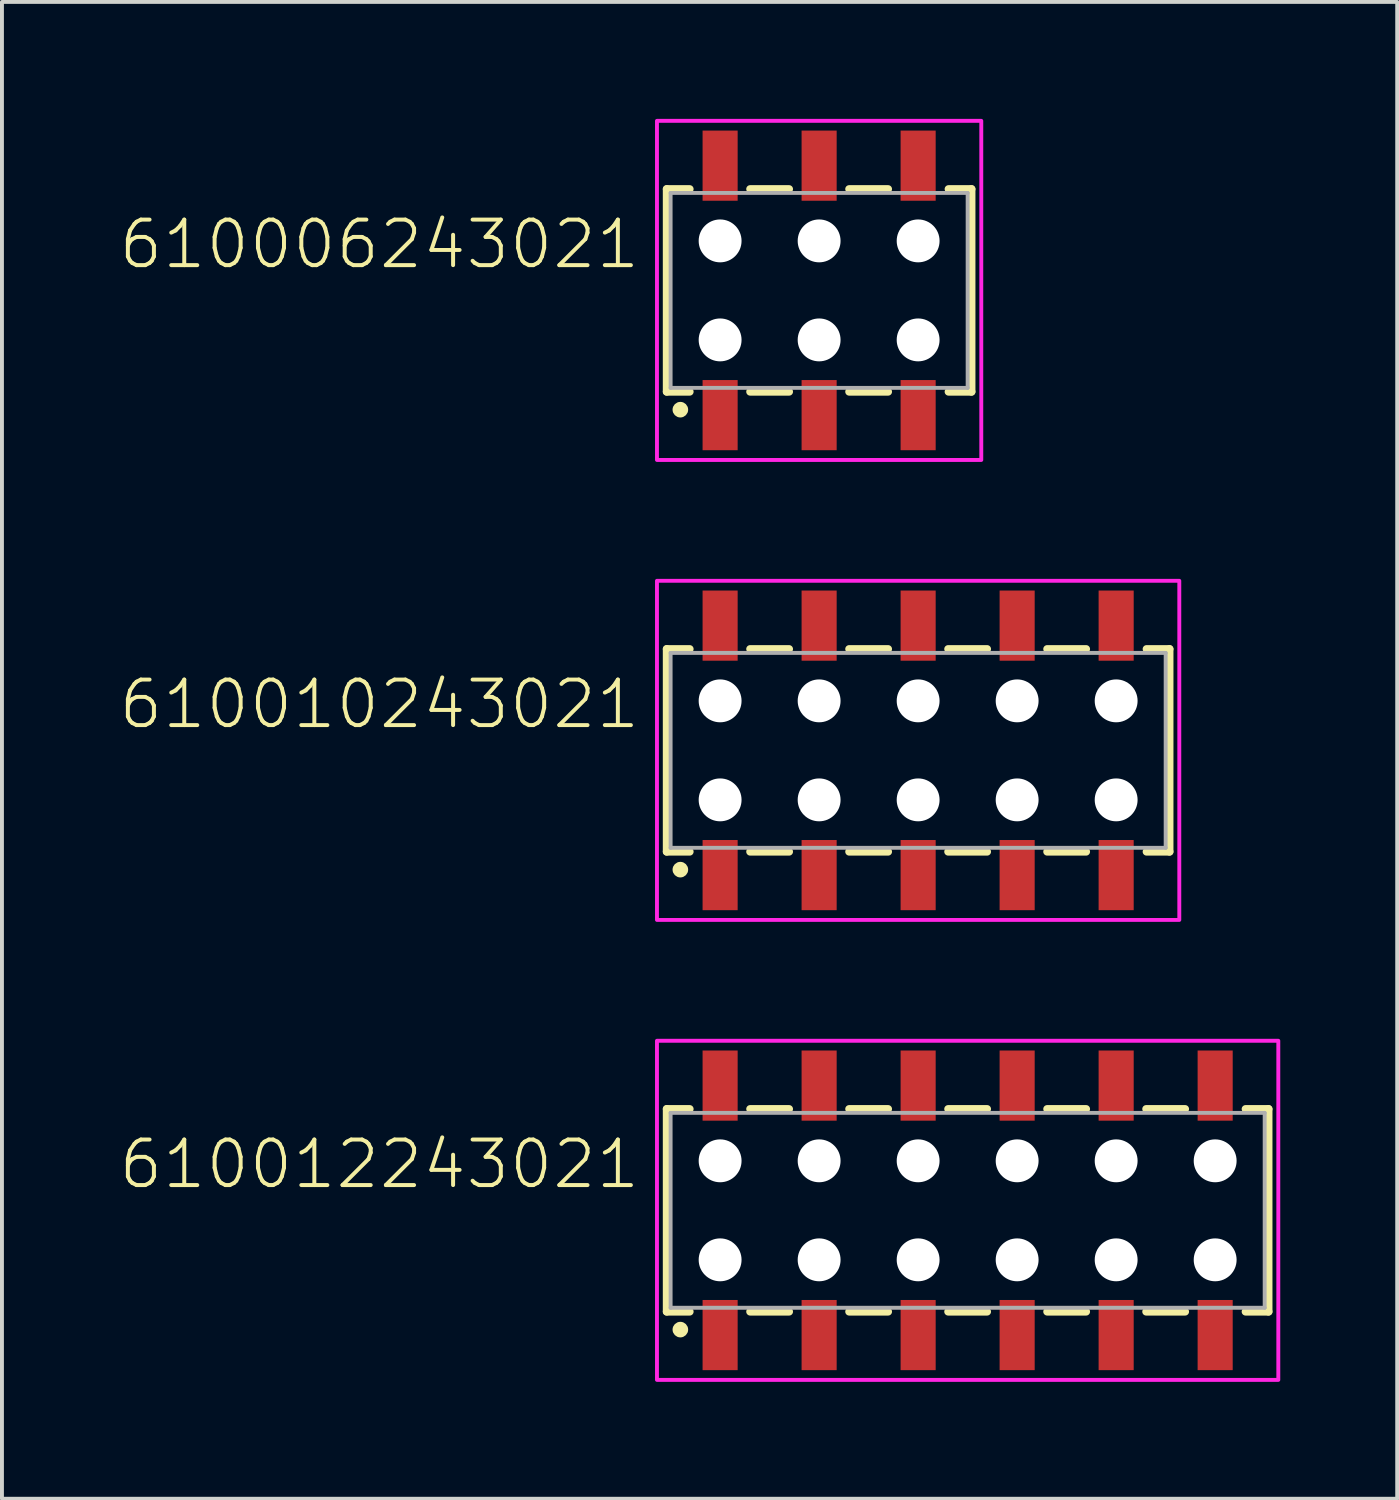
<source format=kicad_pcb>
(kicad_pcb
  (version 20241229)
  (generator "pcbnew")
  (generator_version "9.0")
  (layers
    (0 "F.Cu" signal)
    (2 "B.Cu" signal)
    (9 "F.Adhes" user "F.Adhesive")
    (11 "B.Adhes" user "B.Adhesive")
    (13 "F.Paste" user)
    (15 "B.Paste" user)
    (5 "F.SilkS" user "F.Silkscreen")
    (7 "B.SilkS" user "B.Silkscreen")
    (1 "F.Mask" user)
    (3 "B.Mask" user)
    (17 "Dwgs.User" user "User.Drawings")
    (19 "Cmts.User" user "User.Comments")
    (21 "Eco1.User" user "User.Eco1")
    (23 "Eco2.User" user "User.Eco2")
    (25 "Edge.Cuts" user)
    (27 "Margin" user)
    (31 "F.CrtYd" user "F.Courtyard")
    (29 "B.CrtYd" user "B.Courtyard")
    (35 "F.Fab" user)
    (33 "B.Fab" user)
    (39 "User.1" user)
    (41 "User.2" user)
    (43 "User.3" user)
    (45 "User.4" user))
  (footprint "610006243021"
    (layer "F.Cu")
    (at 17.964 4.4)
    (property "Reference" "610006243021" (at -4.54 -0.5 0) (unlocked yes) (layer "F.SilkS") (effects (font (size 1.168 1.168) (thickness 0.102)) (justify right bottom)))
    (fp_line (start -3.91 -2.6) (end -3.91 2.6) (stroke (width 0.2) (type solid)) (layer "F.SilkS"))
    (fp_line (start -3.91 2.6) (end -3.32 2.6) (stroke (width 0.2) (type solid)) (layer "F.SilkS"))
    (fp_line (start -3.32 -2.6) (end -3.91 -2.6) (stroke (width 0.2) (type solid)) (layer "F.SilkS"))
    (fp_line (start -1.77 2.6) (end -0.77 2.6) (stroke (width 0.2) (type solid)) (layer "F.SilkS"))
    (fp_line (start -0.77 -2.6) (end -1.77 -2.6) (stroke (width 0.2) (type solid)) (layer "F.SilkS"))
    (fp_line (start 0.77 2.6) (end 1.77 2.6) (stroke (width 0.2) (type solid)) (layer "F.SilkS"))
    (fp_line (start 1.77 -2.6) (end 0.77 -2.6) (stroke (width 0.2) (type solid)) (layer "F.SilkS"))
    (fp_line (start 3.32 -2.6) (end 3.91 -2.6) (stroke (width 0.2) (type solid)) (layer "F.SilkS"))
    (fp_line (start 3.91 -2.6) (end 3.91 2.6) (stroke (width 0.2) (type solid)) (layer "F.SilkS"))
    (fp_line (start 3.91 2.6) (end 3.32 2.6) (stroke (width 0.2) (type solid)) (layer "F.SilkS"))
    (fp_circle (center -3.56 3.06) (end -3.46 3.06) (stroke (width 0.2) (type solid)) (fill no) (layer "F.SilkS"))
    (fp_poly (pts (xy 4.16 4.35) (xy -4.16 4.35) (xy -4.16 -4.35) (xy 4.16 -4.35)) (stroke (width 0.1) (type default)) (fill no) (layer "F.CrtYd"))
    (fp_line (start -3.81 -2.5) (end -3.81 2.5) (stroke (width 0.1) (type solid)) (layer "F.Fab"))
    (fp_line (start -3.81 -2.5) (end 3.81 -2.5) (stroke (width 0.1) (type solid)) (layer "F.Fab"))
    (fp_line (start -3.81 2.5) (end 3.81 2.5) (stroke (width 0.1) (type solid)) (layer "F.Fab"))
    (fp_line (start 3.81 2.5) (end 3.81 -2.5) (stroke (width 0.1) (type solid)) (layer "F.Fab"))
    (pad "" np_thru_hole circle (at -2.54 -1.27) (size 1.1 1.1) (drill 1.1) (layers "*.Cu" "*.Mask"))
    (pad "" np_thru_hole circle (at -2.54 1.27) (size 1.1 1.1) (drill 1.1) (layers "*.Cu" "*.Mask"))
    (pad "" np_thru_hole circle (at 0 -1.27) (size 1.1 1.1) (drill 1.1) (layers "*.Cu" "*.Mask"))
    (pad "" np_thru_hole circle (at 0 1.27) (size 1.1 1.1) (drill 1.1) (layers "*.Cu" "*.Mask"))
    (pad "" np_thru_hole circle (at 2.54 -1.27) (size 1.1 1.1) (drill 1.1) (layers "*.Cu" "*.Mask"))
    (pad "" np_thru_hole circle (at 2.54 1.27) (size 1.1 1.1) (drill 1.1) (layers "*.Cu" "*.Mask"))
    (pad "1" smd rect (at -2.54 3.2 90) (size 1.8 0.9) (layers "F.Cu" "F.Mask" "F.Paste"))
    (pad "2" smd rect (at -2.54 -3.2 90) (size 1.8 0.9) (layers "F.Cu" "F.Mask" "F.Paste"))
    (pad "3" smd rect (at 0 3.2 90) (size 1.8 0.9) (layers "F.Cu" "F.Mask" "F.Paste"))
    (pad "4" smd rect (at 0 -3.2 90) (size 1.8 0.9) (layers "F.Cu" "F.Mask" "F.Paste"))
    (pad "5" smd rect (at 2.54 3.2 90) (size 1.8 0.9) (layers "F.Cu" "F.Mask" "F.Paste"))
    (pad "6" smd rect (at 2.54 -3.2 90) (size 1.8 0.9) (layers "F.Cu" "F.Mask" "F.Paste")))
  (footprint "610010243021"
    (layer "F.Cu")
    (at 20.504 16.2)
    (property "Reference" "610010243021" (at -7.08 -0.5 0) (unlocked yes) (layer "F.SilkS") (effects (font (size 1.168 1.168) (thickness 0.102)) (justify right bottom)))
    (fp_line (start -6.45 -2.6) (end -6.45 2.6) (stroke (width 0.2) (type solid)) (layer "F.SilkS"))
    (fp_line (start -6.45 2.6) (end -5.86 2.6) (stroke (width 0.2) (type solid)) (layer "F.SilkS"))
    (fp_line (start -5.86 -2.6) (end -6.45 -2.6) (stroke (width 0.2) (type solid)) (layer "F.SilkS"))
    (fp_line (start -4.31 2.6) (end -3.31 2.6) (stroke (width 0.2) (type solid)) (layer "F.SilkS"))
    (fp_line (start -3.31 -2.6) (end -4.31 -2.6) (stroke (width 0.2) (type solid)) (layer "F.SilkS"))
    (fp_line (start -1.77 2.6) (end -0.77 2.6) (stroke (width 0.2) (type solid)) (layer "F.SilkS"))
    (fp_line (start -0.77 -2.6) (end -1.77 -2.6) (stroke (width 0.2) (type solid)) (layer "F.SilkS"))
    (fp_line (start 0.77 2.6) (end 1.77 2.6) (stroke (width 0.2) (type solid)) (layer "F.SilkS"))
    (fp_line (start 1.77 -2.6) (end 0.77 -2.6) (stroke (width 0.2) (type solid)) (layer "F.SilkS"))
    (fp_line (start 3.31 2.6) (end 4.31 2.6) (stroke (width 0.2) (type solid)) (layer "F.SilkS"))
    (fp_line (start 4.31 -2.6) (end 3.31 -2.6) (stroke (width 0.2) (type solid)) (layer "F.SilkS"))
    (fp_line (start 5.86 -2.6) (end 6.45 -2.6) (stroke (width 0.2) (type solid)) (layer "F.SilkS"))
    (fp_line (start 6.45 -2.6) (end 6.45 2.6) (stroke (width 0.2) (type solid)) (layer "F.SilkS"))
    (fp_line (start 6.45 2.6) (end 5.86 2.6) (stroke (width 0.2) (type solid)) (layer "F.SilkS"))
    (fp_circle (center -6.1 3.06) (end -6 3.06) (stroke (width 0.2) (type solid)) (fill no) (layer "F.SilkS"))
    (fp_poly (pts (xy 6.7 4.35) (xy -6.7 4.35) (xy -6.7 -4.35) (xy 6.7 -4.35)) (stroke (width 0.1) (type default)) (fill no) (layer "F.CrtYd"))
    (fp_line (start -6.35 -2.5) (end -6.35 2.5) (stroke (width 0.1) (type solid)) (layer "F.Fab"))
    (fp_line (start -6.35 -2.5) (end 6.35 -2.5) (stroke (width 0.1) (type solid)) (layer "F.Fab"))
    (fp_line (start -6.35 2.5) (end 6.35 2.5) (stroke (width 0.1) (type solid)) (layer "F.Fab"))
    (fp_line (start 6.35 2.5) (end 6.35 -2.5) (stroke (width 0.1) (type solid)) (layer "F.Fab"))
    (pad "" np_thru_hole circle (at -5.08 -1.27) (size 1.1 1.1) (drill 1.1) (layers "*.Cu" "*.Mask"))
    (pad "" np_thru_hole circle (at -5.08 1.27) (size 1.1 1.1) (drill 1.1) (layers "*.Cu" "*.Mask"))
    (pad "" np_thru_hole circle (at -2.54 -1.27) (size 1.1 1.1) (drill 1.1) (layers "*.Cu" "*.Mask"))
    (pad "" np_thru_hole circle (at -2.54 1.27) (size 1.1 1.1) (drill 1.1) (layers "*.Cu" "*.Mask"))
    (pad "" np_thru_hole circle (at 0 -1.27) (size 1.1 1.1) (drill 1.1) (layers "*.Cu" "*.Mask"))
    (pad "" np_thru_hole circle (at 0 1.27) (size 1.1 1.1) (drill 1.1) (layers "*.Cu" "*.Mask"))
    (pad "" np_thru_hole circle (at 2.54 -1.27) (size 1.1 1.1) (drill 1.1) (layers "*.Cu" "*.Mask"))
    (pad "" np_thru_hole circle (at 2.54 1.27) (size 1.1 1.1) (drill 1.1) (layers "*.Cu" "*.Mask"))
    (pad "" np_thru_hole circle (at 5.08 -1.27) (size 1.1 1.1) (drill 1.1) (layers "*.Cu" "*.Mask"))
    (pad "" np_thru_hole circle (at 5.08 1.27) (size 1.1 1.1) (drill 1.1) (layers "*.Cu" "*.Mask"))
    (pad "1" smd rect (at -5.08 3.2 90) (size 1.8 0.9) (layers "F.Cu" "F.Mask" "F.Paste"))
    (pad "2" smd rect (at -5.08 -3.2 90) (size 1.8 0.9) (layers "F.Cu" "F.Mask" "F.Paste"))
    (pad "3" smd rect (at -2.54 3.2 90) (size 1.8 0.9) (layers "F.Cu" "F.Mask" "F.Paste"))
    (pad "4" smd rect (at -2.54 -3.2 90) (size 1.8 0.9) (layers "F.Cu" "F.Mask" "F.Paste"))
    (pad "5" smd rect (at 0 3.2 90) (size 1.8 0.9) (layers "F.Cu" "F.Mask" "F.Paste"))
    (pad "6" smd rect (at 0 -3.2 90) (size 1.8 0.9) (layers "F.Cu" "F.Mask" "F.Paste"))
    (pad "7" smd rect (at 2.54 3.2 90) (size 1.8 0.9) (layers "F.Cu" "F.Mask" "F.Paste"))
    (pad "8" smd rect (at 2.54 -3.2 90) (size 1.8 0.9) (layers "F.Cu" "F.Mask" "F.Paste"))
    (pad "9" smd rect (at 5.08 3.2 90) (size 1.8 0.9) (layers "F.Cu" "F.Mask" "F.Paste"))
    (pad "10" smd rect (at 5.08 -3.2 90) (size 1.8 0.9) (layers "F.Cu" "F.Mask" "F.Paste")))
  (footprint "610012243021"
    (layer "F.Cu")
    (at 21.774 28)
    (property "Reference" "610012243021" (at -8.35 -0.5 0) (unlocked yes) (layer "F.SilkS") (effects (font (size 1.168 1.168) (thickness 0.102)) (justify right bottom)))
    (fp_line (start -7.72 -2.6) (end -7.72 2.6) (stroke (width 0.2) (type solid)) (layer "F.SilkS"))
    (fp_line (start -7.72 2.6) (end -7.13 2.6) (stroke (width 0.2) (type solid)) (layer "F.SilkS"))
    (fp_line (start -7.13 -2.6) (end -7.72 -2.6) (stroke (width 0.2) (type solid)) (layer "F.SilkS"))
    (fp_line (start -5.58 2.6) (end -4.58 2.6) (stroke (width 0.2) (type solid)) (layer "F.SilkS"))
    (fp_line (start -4.58 -2.6) (end -5.58 -2.6) (stroke (width 0.2) (type solid)) (layer "F.SilkS"))
    (fp_line (start -3.04 2.6) (end -2.04 2.6) (stroke (width 0.2) (type solid)) (layer "F.SilkS"))
    (fp_line (start -2.04 -2.6) (end -3.04 -2.6) (stroke (width 0.2) (type solid)) (layer "F.SilkS"))
    (fp_line (start -0.5 2.6) (end 0.5 2.6) (stroke (width 0.2) (type solid)) (layer "F.SilkS"))
    (fp_line (start 0.5 -2.6) (end -0.5 -2.6) (stroke (width 0.2) (type solid)) (layer "F.SilkS"))
    (fp_line (start 2.04 2.6) (end 3.04 2.6) (stroke (width 0.2) (type solid)) (layer "F.SilkS"))
    (fp_line (start 3.04 -2.6) (end 2.04 -2.6) (stroke (width 0.2) (type solid)) (layer "F.SilkS"))
    (fp_line (start 4.58 2.6) (end 5.58 2.6) (stroke (width 0.2) (type solid)) (layer "F.SilkS"))
    (fp_line (start 5.58 -2.6) (end 4.58 -2.6) (stroke (width 0.2) (type solid)) (layer "F.SilkS"))
    (fp_line (start 7.13 -2.6) (end 7.72 -2.6) (stroke (width 0.2) (type solid)) (layer "F.SilkS"))
    (fp_line (start 7.72 -2.6) (end 7.72 2.6) (stroke (width 0.2) (type solid)) (layer "F.SilkS"))
    (fp_line (start 7.72 2.6) (end 7.13 2.6) (stroke (width 0.2) (type solid)) (layer "F.SilkS"))
    (fp_circle (center -7.37 3.06) (end -7.27 3.06) (stroke (width 0.2) (type solid)) (fill no) (layer "F.SilkS"))
    (fp_poly (pts (xy 7.97 4.35) (xy -7.97 4.35) (xy -7.97 -4.35) (xy 7.97 -4.35)) (stroke (width 0.1) (type default)) (fill no) (layer "F.CrtYd"))
    (fp_line (start -7.62 -2.5) (end -7.62 2.5) (stroke (width 0.1) (type solid)) (layer "F.Fab"))
    (fp_line (start -7.62 -2.5) (end 7.62 -2.5) (stroke (width 0.1) (type solid)) (layer "F.Fab"))
    (fp_line (start -7.62 2.5) (end 7.62 2.5) (stroke (width 0.1) (type solid)) (layer "F.Fab"))
    (fp_line (start 7.62 2.5) (end 7.62 -2.5) (stroke (width 0.1) (type solid)) (layer "F.Fab"))
    (pad "" np_thru_hole circle (at -6.35 -1.27) (size 1.1 1.1) (drill 1.1) (layers "*.Cu" "*.Mask"))
    (pad "" np_thru_hole circle (at -6.35 1.27) (size 1.1 1.1) (drill 1.1) (layers "*.Cu" "*.Mask"))
    (pad "" np_thru_hole circle (at -3.81 -1.27) (size 1.1 1.1) (drill 1.1) (layers "*.Cu" "*.Mask"))
    (pad "" np_thru_hole circle (at -3.81 1.27) (size 1.1 1.1) (drill 1.1) (layers "*.Cu" "*.Mask"))
    (pad "" np_thru_hole circle (at -1.27 -1.27) (size 1.1 1.1) (drill 1.1) (layers "*.Cu" "*.Mask"))
    (pad "" np_thru_hole circle (at -1.27 1.27) (size 1.1 1.1) (drill 1.1) (layers "*.Cu" "*.Mask"))
    (pad "" np_thru_hole circle (at 1.27 -1.27) (size 1.1 1.1) (drill 1.1) (layers "*.Cu" "*.Mask"))
    (pad "" np_thru_hole circle (at 1.27 1.27) (size 1.1 1.1) (drill 1.1) (layers "*.Cu" "*.Mask"))
    (pad "" np_thru_hole circle (at 3.81 -1.27) (size 1.1 1.1) (drill 1.1) (layers "*.Cu" "*.Mask"))
    (pad "" np_thru_hole circle (at 3.81 1.27) (size 1.1 1.1) (drill 1.1) (layers "*.Cu" "*.Mask"))
    (pad "" np_thru_hole circle (at 6.35 -1.27) (size 1.1 1.1) (drill 1.1) (layers "*.Cu" "*.Mask"))
    (pad "" np_thru_hole circle (at 6.35 1.27) (size 1.1 1.1) (drill 1.1) (layers "*.Cu" "*.Mask"))
    (pad "1" smd rect (at -6.35 3.2 90) (size 1.8 0.9) (layers "F.Cu" "F.Mask" "F.Paste"))
    (pad "2" smd rect (at -6.35 -3.2 90) (size 1.8 0.9) (layers "F.Cu" "F.Mask" "F.Paste"))
    (pad "3" smd rect (at -3.81 3.2 90) (size 1.8 0.9) (layers "F.Cu" "F.Mask" "F.Paste"))
    (pad "4" smd rect (at -3.81 -3.2 90) (size 1.8 0.9) (layers "F.Cu" "F.Mask" "F.Paste"))
    (pad "5" smd rect (at -1.27 3.2 90) (size 1.8 0.9) (layers "F.Cu" "F.Mask" "F.Paste"))
    (pad "6" smd rect (at -1.27 -3.2 90) (size 1.8 0.9) (layers "F.Cu" "F.Mask" "F.Paste"))
    (pad "7" smd rect (at 1.27 3.2 90) (size 1.8 0.9) (layers "F.Cu" "F.Mask" "F.Paste"))
    (pad "8" smd rect (at 1.27 -3.2 90) (size 1.8 0.9) (layers "F.Cu" "F.Mask" "F.Paste"))
    (pad "9" smd rect (at 3.81 3.2 90) (size 1.8 0.9) (layers "F.Cu" "F.Mask" "F.Paste"))
    (pad "10" smd rect (at 3.81 -3.2 90) (size 1.8 0.9) (layers "F.Cu" "F.Mask" "F.Paste"))
    (pad "11" smd rect (at 6.35 3.2 90) (size 1.8 0.9) (layers "F.Cu" "F.Mask" "F.Paste"))
    (pad "12" smd rect (at 6.35 -3.2 90) (size 1.8 0.9) (layers "F.Cu" "F.Mask" "F.Paste")))
  (gr_rect
    (start -3 -3)
    (end 32.794 35.4)
    (stroke (width 0.1) (type default))
    (fill no)
    (layer "Edge.Cuts")))
</source>
